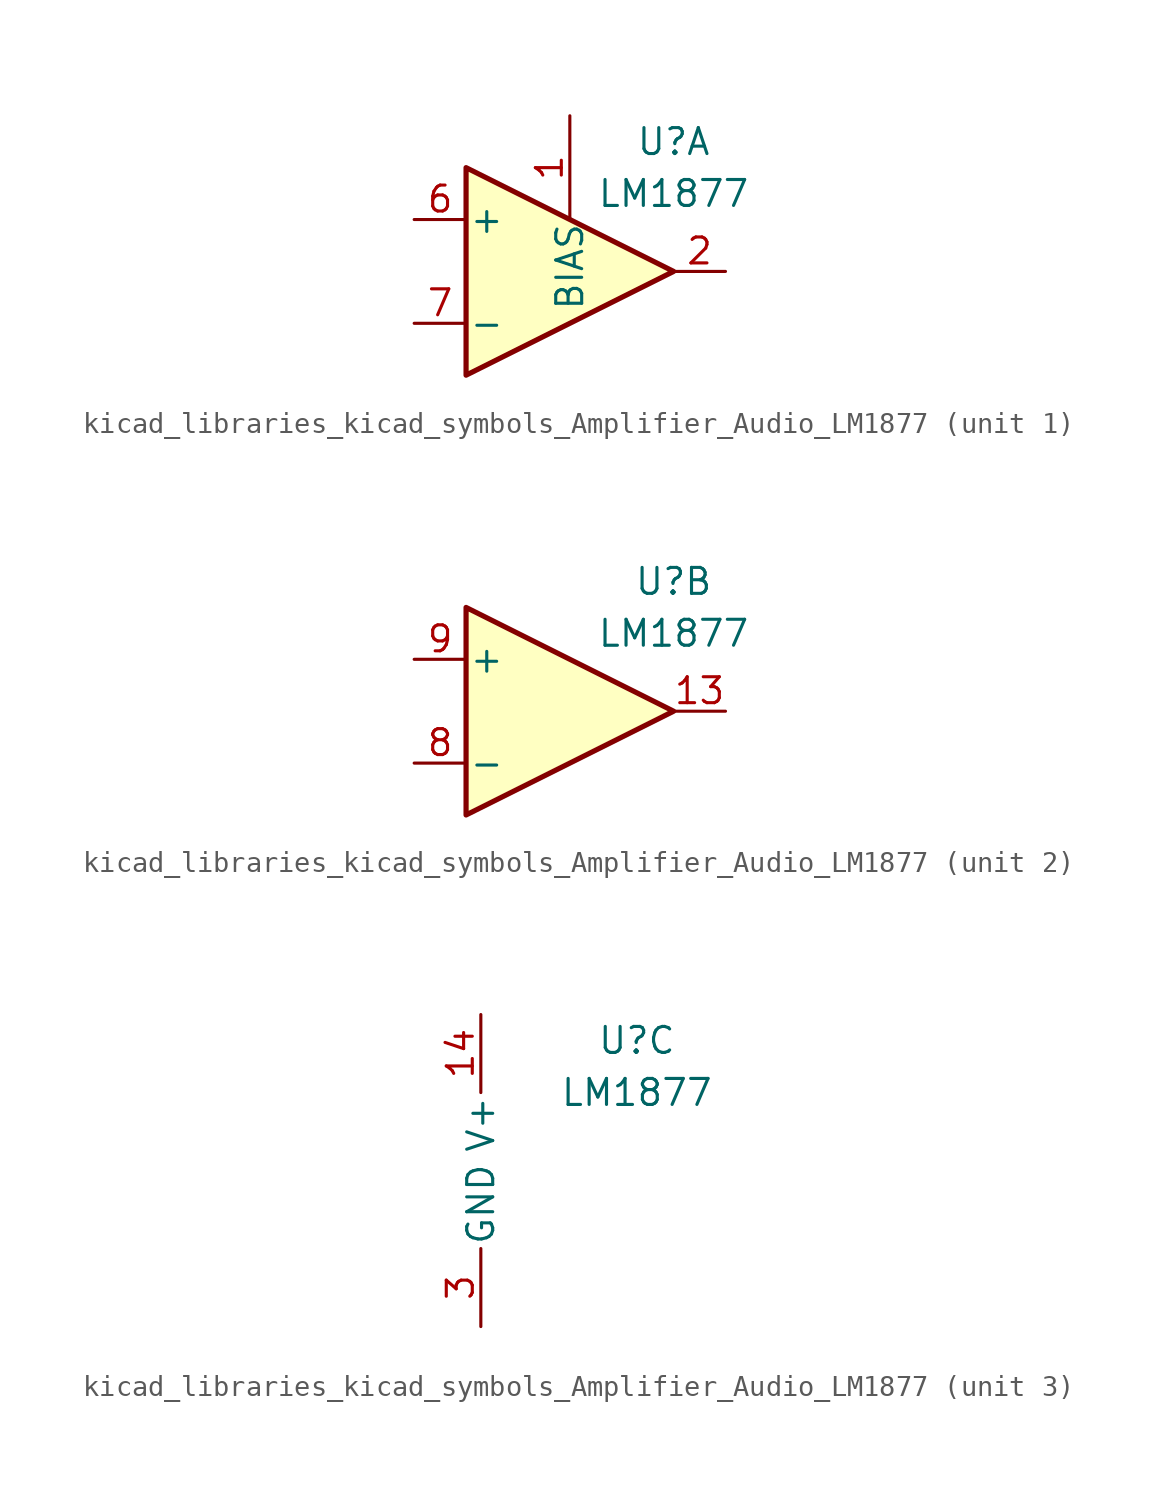
<source format=kicad_sym>
(kicad_symbol_lib
  (version 20220914)
  (generator kicad_symbol_editor)
  (symbol "kicad_libraries_kicad_symbols_Amplifier_Audio_LM1877"
    (pin_names
      (offset 0.127))
    (property "Reference" "U"
      (at 5.08 6.35 0)
      (effects (font (size 1.27 1.27))))
    (property "Value" "LM1877"
      (at 5.08 3.81 0)
      (effects (font (size 1.27 1.27))))
    (property "ki_locked" ""
      (at 0 0 0)
      (effects (font (size 1.27 1.27))))
    (symbol "kicad_libraries_kicad_symbols_Amplifier_Audio_LM1877_1_1"
      (polyline (pts (xy -5.08 5.08) (xy 5.08 0) (xy -5.08 -5.08) (xy -5.08 5.08)) (stroke (width 0.254) (type default)) (fill (type background)))
      (pin input line (at 0 7.62 270) (length 5.08) (name "BIAS" (effects (font (size 1.27 1.27)))) (number "1" (effects (font (size 1.27 1.27)))))
      (pin output line (at 7.62 0 180) (length 2.54) (name "~" (effects (font (size 1.27 1.27)))) (number "2" (effects (font (size 1.27 1.27)))))
      (pin input line (at -7.62 2.54 0) (length 2.54) (name "+" (effects (font (size 1.27 1.27)))) (number "6" (effects (font (size 1.27 1.27)))))
      (pin input line (at -7.62 -2.54 0) (length 2.54) (name "-" (effects (font (size 1.27 1.27)))) (number "7" (effects (font (size 1.27 1.27))))))
    (symbol "kicad_libraries_kicad_symbols_Amplifier_Audio_LM1877_2_1"
      (polyline (pts (xy -5.08 5.08) (xy 5.08 0) (xy -5.08 -5.08) (xy -5.08 5.08)) (stroke (width 0.254) (type default)) (fill (type background)))
      (pin output line (at 7.62 0 180) (length 2.54) (name "~" (effects (font (size 1.27 1.27)))) (number "13" (effects (font (size 1.27 1.27)))))
      (pin input line (at -7.62 -2.54 0) (length 2.54) (name "-" (effects (font (size 1.27 1.27)))) (number "8" (effects (font (size 1.27 1.27)))))
      (pin input line (at -7.62 2.54 0) (length 2.54) (name "+" (effects (font (size 1.27 1.27)))) (number "9" (effects (font (size 1.27 1.27))))))
    (symbol "kicad_libraries_kicad_symbols_Amplifier_Audio_LM1877_3_1"
      (pin passive line (at -2.54 -7.62 90) (length 3.81) hide (name "GND" (effects (font (size 1.27 1.27)))) (number "10" (effects (font (size 1.27 1.27)))))
      (pin passive line (at -2.54 -7.62 90) (length 3.81) hide (name "GND" (effects (font (size 1.27 1.27)))) (number "11" (effects (font (size 1.27 1.27)))))
      (pin passive line (at -2.54 -7.62 90) (length 3.81) hide (name "GND" (effects (font (size 1.27 1.27)))) (number "12" (effects (font (size 1.27 1.27)))))
      (pin power_in line (at -2.54 7.62 270) (length 3.81) (name "V+" (effects (font (size 1.27 1.27)))) (number "14" (effects (font (size 1.27 1.27)))))
      (pin power_in line (at -2.54 -7.62 90) (length 3.81) (name "GND" (effects (font (size 1.27 1.27)))) (number "3" (effects (font (size 1.27 1.27)))))
      (pin passive line (at -2.54 -7.62 90) (length 3.81) hide (name "GND" (effects (font (size 1.27 1.27)))) (number "4" (effects (font (size 1.27 1.27)))))
      (pin passive line (at -2.54 -7.62 90) (length 3.81) hide (name "GND" (effects (font (size 1.27 1.27)))) (number "5" (effects (font (size 1.27 1.27))))))))
</source>
